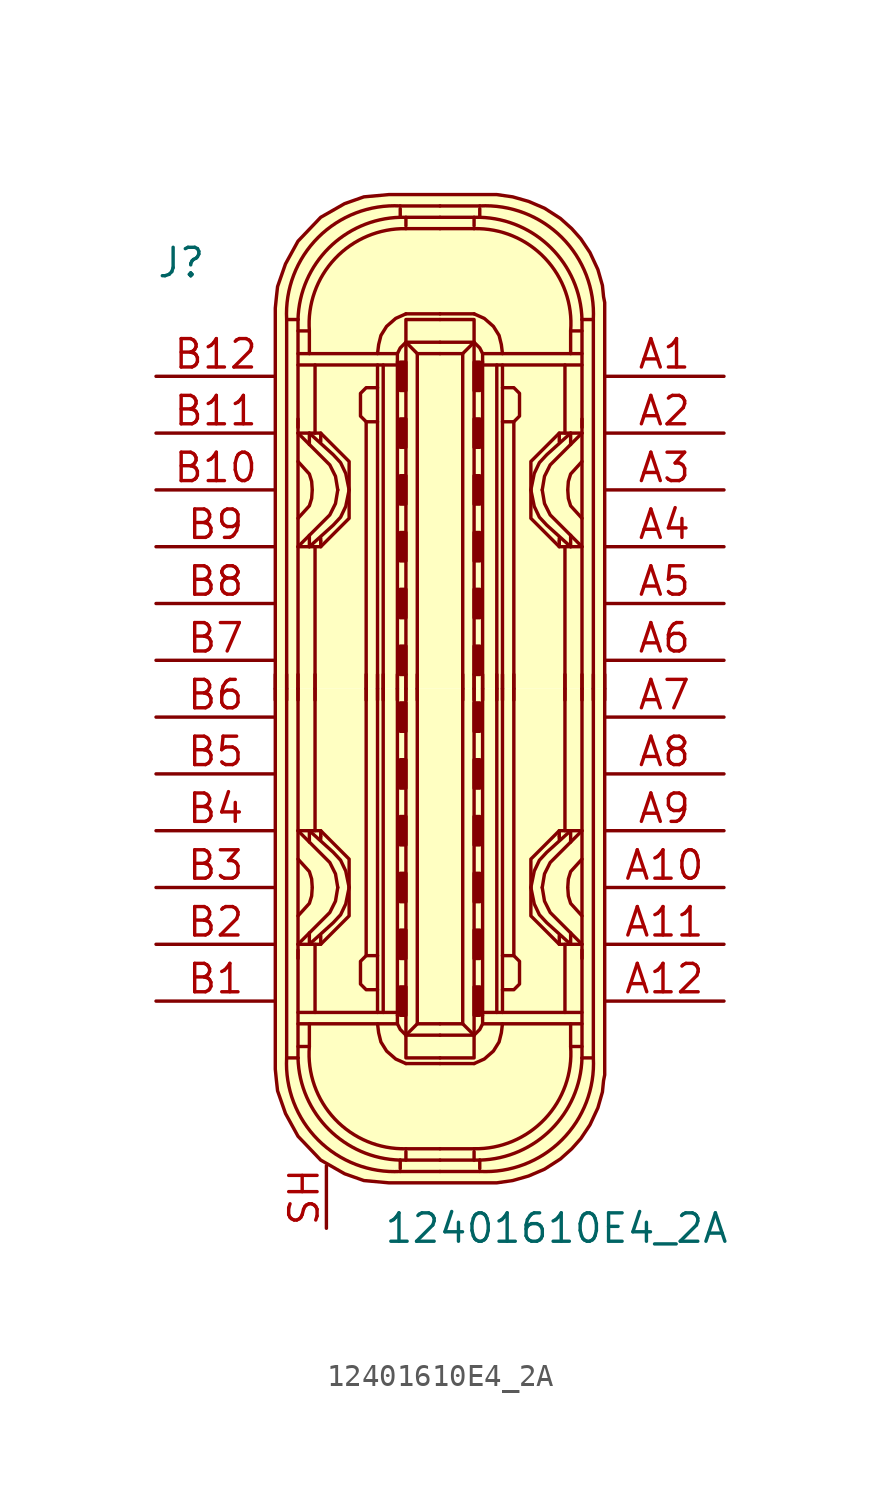
<source format=kicad_sym>
(kicad_symbol_lib
  (version 20211014)
  (generator kicad_symbol_editor)
  (symbol "12401610E4_2A"
    (pin_names
      (offset 1.016))
    (property "Reference" "J"
      (at -12.7 19.05 0)
      (effects (font (size 1.27 1.27)) (justify left)))
    (property "Value" "12401610E4_2A"
      (at -2.54 -24.13 0)
      (effects (font (size 1.27 1.27)) (justify left)))
    (symbol "12401610E4_2A_1_1"
      (arc (start -6.858 -16.51) (mid -5.4492 -20.1812) (end -1.778 -21.59) (stroke (width 0) (type default) (color 0 0 0 0)) (fill (type none)))
      (arc (start -6.35 -16.51) (mid -4.9749 -19.7069) (end -1.778 -21.082) (stroke (width 0) (type default) (color 0 0 0 0)) (fill (type none)))
      (arc (start -5.842 -16.002) (mid -4.6972 -19.2495) (end -1.524 -20.574) (stroke (width 0) (type default) (color 0 0 0 0)) (fill (type none)))
      (rectangle (start -1.778 -14.605) (end -1.524 -13.335) (stroke (width 0) (type default) (color 0 0 0 0)) (fill (type outline)))
      (rectangle (start -1.778 -12.065) (end -1.524 -10.795) (stroke (width 0) (type default) (color 0 0 0 0)) (fill (type outline)))
      (rectangle (start -1.778 -9.525) (end -1.524 -8.255) (stroke (width 0) (type default) (color 0 0 0 0)) (fill (type outline)))
      (rectangle (start -1.778 -6.985) (end -1.524 -5.715) (stroke (width 0) (type default) (color 0 0 0 0)) (fill (type outline)))
      (rectangle (start -1.778 -4.445) (end -1.524 -3.175) (stroke (width 0) (type default) (color 0 0 0 0)) (fill (type outline)))
      (rectangle (start -1.778 -1.905) (end -1.524 -0.635) (stroke (width 0) (type default) (color 0 0 0 0)) (fill (type outline)))
      (rectangle (start -1.778 1.905) (end -1.524 0.635) (stroke (width 0) (type default) (color 0 0 0 0)) (fill (type outline)))
      (rectangle (start -1.778 4.445) (end -1.524 3.175) (stroke (width 0) (type default) (color 0 0 0 0)) (fill (type outline)))
      (rectangle (start -1.778 6.985) (end -1.524 5.715) (stroke (width 0) (type default) (color 0 0 0 0)) (fill (type outline)))
      (rectangle (start -1.778 9.525) (end -1.524 8.255) (stroke (width 0) (type default) (color 0 0 0 0)) (fill (type outline)))
      (rectangle (start -1.778 12.065) (end -1.524 10.795) (stroke (width 0) (type default) (color 0 0 0 0)) (fill (type outline)))
      (rectangle (start -1.778 14.605) (end -1.524 13.335) (stroke (width 0) (type default) (color 0 0 0 0)) (fill (type outline)))
      (arc (start -1.778 21.082) (mid -4.9749 19.7069) (end -6.35 16.51) (stroke (width 0) (type default) (color 0 0 0 0)) (fill (type none)))
      (arc (start -1.778 21.59) (mid -5.4492 20.1812) (end -6.858 16.51) (stroke (width 0) (type default) (color 0 0 0 0)) (fill (type none)))
      (arc (start -1.524 20.574) (mid -4.6883 19.2412) (end -5.842 16.002) (stroke (width 0) (type default) (color 0 0 0 0)) (fill (type none)))
      (polyline (pts (xy -7.366 -0.508) (xy -7.366 0.635)) (stroke (width 0) (type default) (color 0 0 0 0)) (fill (type none)))
      (polyline (pts (xy -6.858 -0.508) (xy -6.858 0.635)) (stroke (width 0) (type default) (color 0 0 0 0)) (fill (type none)))
      (polyline (pts (xy -6.35 -14.986) (xy -1.905 -14.986)) (stroke (width 0) (type default) (color 0 0 0 0)) (fill (type none)))
      (polyline (pts (xy -6.35 -12.065) (xy -6.35 0)) (stroke (width 0) (type default) (color 0 0 0 0)) (fill (type none)))
      (polyline (pts (xy -6.35 -0.508) (xy -6.35 0.635)) (stroke (width 0) (type default) (color 0 0 0 0)) (fill (type none)))
      (polyline (pts (xy -6.35 12.065) (xy -6.35 0)) (stroke (width 0) (type default) (color 0 0 0 0)) (fill (type none)))
      (polyline (pts (xy -6.35 14.986) (xy -1.905 14.986)) (stroke (width 0) (type default) (color 0 0 0 0)) (fill (type none)))
      (polyline (pts (xy -5.842 -11.43) (xy -5.842 -10.922)) (stroke (width 0) (type default) (color 0 0 0 0)) (fill (type none)))
      (polyline (pts (xy -5.842 -6.35) (xy -5.842 -6.858)) (stroke (width 0) (type default) (color 0 0 0 0)) (fill (type none)))
      (polyline (pts (xy -5.842 6.35) (xy -5.842 6.858)) (stroke (width 0) (type default) (color 0 0 0 0)) (fill (type none)))
      (polyline (pts (xy -5.842 11.43) (xy -5.842 10.922)) (stroke (width 0) (type default) (color 0 0 0 0)) (fill (type none)))
      (polyline (pts (xy -5.588 -14.478) (xy -5.588 -11.43)) (stroke (width 0) (type default) (color 0 0 0 0)) (fill (type none)))
      (polyline (pts (xy -5.588 -6.35) (xy -5.588 0)) (stroke (width 0) (type default) (color 0 0 0 0)) (fill (type none)))
      (polyline (pts (xy -5.588 -0.508) (xy -5.588 0.635)) (stroke (width 0) (type default) (color 0 0 0 0)) (fill (type none)))
      (polyline (pts (xy -5.588 6.35) (xy -5.588 0)) (stroke (width 0) (type default) (color 0 0 0 0)) (fill (type none)))
      (polyline (pts (xy -5.588 14.478) (xy -5.588 11.43)) (stroke (width 0) (type default) (color 0 0 0 0)) (fill (type none)))
      (polyline (pts (xy -5.334 -11.43) (xy -5.334 -11.049)) (stroke (width 0) (type default) (color 0 0 0 0)) (fill (type none)))
      (polyline (pts (xy -5.334 -6.604) (xy -5.334 -6.731)) (stroke (width 0) (type default) (color 0 0 0 0)) (fill (type none)))
      (polyline (pts (xy -5.334 -6.35) (xy -5.334 -6.604)) (stroke (width 0) (type default) (color 0 0 0 0)) (fill (type none)))
      (polyline (pts (xy -5.334 6.35) (xy -5.334 6.604)) (stroke (width 0) (type default) (color 0 0 0 0)) (fill (type none)))
      (polyline (pts (xy -5.334 6.604) (xy -5.334 6.731)) (stroke (width 0) (type default) (color 0 0 0 0)) (fill (type none)))
      (polyline (pts (xy -5.334 11.43) (xy -5.334 11.049)) (stroke (width 0) (type default) (color 0 0 0 0)) (fill (type none)))
      (polyline (pts (xy -3.302 -0.508) (xy -3.302 0.635)) (stroke (width 0) (type default) (color 0 0 0 0)) (fill (type none)))
      (polyline (pts (xy -3.302 0) (xy -3.302 -11.938)) (stroke (width 0) (type default) (color 0 0 0 0)) (fill (type none)))
      (polyline (pts (xy -3.302 0) (xy -3.302 11.938)) (stroke (width 0) (type default) (color 0 0 0 0)) (fill (type none)))
      (polyline (pts (xy -2.794 -0.508) (xy -2.794 0.635)) (stroke (width 0) (type default) (color 0 0 0 0)) (fill (type none)))
      (polyline (pts (xy -2.794 0) (xy -2.794 -14.478)) (stroke (width 0) (type default) (color 0 0 0 0)) (fill (type none)))
      (polyline (pts (xy -2.794 0) (xy -2.794 14.478)) (stroke (width 0) (type default) (color 0 0 0 0)) (fill (type none)))
      (polyline (pts (xy -2.54 -14.478) (xy -2.54 0)) (stroke (width 0) (type default) (color 0 0 0 0)) (fill (type none)))
      (polyline (pts (xy -2.54 -0.508) (xy -2.54 0.635)) (stroke (width 0) (type default) (color 0 0 0 0)) (fill (type none)))
      (polyline (pts (xy -2.54 14.478) (xy -2.54 0)) (stroke (width 0) (type default) (color 0 0 0 0)) (fill (type none)))
      (polyline (pts (xy -1.905 -14.478) (xy -6.35 -14.478)) (stroke (width 0) (type default) (color 0 0 0 0)) (fill (type none)))
      (polyline (pts (xy -1.905 -0.508) (xy -1.905 0.635)) (stroke (width 0) (type default) (color 0 0 0 0)) (fill (type none)))
      (polyline (pts (xy -1.905 0) (xy -1.905 -14.605)) (stroke (width 0) (type default) (color 0 0 0 0)) (fill (type none)))
      (polyline (pts (xy -1.905 0) (xy -1.905 14.605)) (stroke (width 0) (type default) (color 0 0 0 0)) (fill (type none)))
      (polyline (pts (xy -1.905 14.478) (xy -6.35 14.478)) (stroke (width 0) (type default) (color 0 0 0 0)) (fill (type none)))
      (polyline (pts (xy -1.778 -21.59) (xy 0 -21.59)) (stroke (width 0) (type default) (color 0 0 0 0)) (fill (type background)))
      (polyline (pts (xy -1.778 -21.082) (xy -1.778 -21.463)) (stroke (width 0) (type default) (color 0 0 0 0)) (fill (type none)))
      (polyline (pts (xy -1.778 -21.082) (xy 0 -21.082)) (stroke (width 0) (type default) (color 0 0 0 0)) (fill (type none)))
      (polyline (pts (xy -1.778 21.082) (xy -1.778 21.463)) (stroke (width 0) (type default) (color 0 0 0 0)) (fill (type none)))
      (polyline (pts (xy -1.778 21.082) (xy 0 21.082)) (stroke (width 0) (type default) (color 0 0 0 0)) (fill (type none)))
      (polyline (pts (xy -1.778 21.59) (xy 0 21.59)) (stroke (width 0) (type default) (color 0 0 0 0)) (fill (type background)))
      (polyline (pts (xy -1.524 -20.701) (xy -1.524 -21.082)) (stroke (width 0) (type default) (color 0 0 0 0)) (fill (type none)))
      (polyline (pts (xy -1.524 -20.574) (xy 0 -20.574)) (stroke (width 0) (type default) (color 0 0 0 0)) (fill (type none)))
      (polyline (pts (xy -1.524 -0.508) (xy -1.524 0.635)) (stroke (width 0) (type default) (color 0 0 0 0)) (fill (type none)))
      (polyline (pts (xy -1.524 20.574) (xy 0 20.574)) (stroke (width 0) (type default) (color 0 0 0 0)) (fill (type none)))
      (polyline (pts (xy -1.524 20.701) (xy -1.524 21.082)) (stroke (width 0) (type default) (color 0 0 0 0)) (fill (type none)))
      (polyline (pts (xy -1.016 -14.986) (xy -1.524 -15.494)) (stroke (width 0) (type default) (color 0 0 0 0)) (fill (type none)))
      (polyline (pts (xy -1.016 -0.508) (xy -1.016 0.635)) (stroke (width 0) (type default) (color 0 0 0 0)) (fill (type none)))
      (polyline (pts (xy -1.016 14.986) (xy -1.524 15.494)) (stroke (width 0) (type default) (color 0 0 0 0)) (fill (type none)))
      (polyline (pts (xy 0 -16.764) (xy -1.524 -16.764)) (stroke (width 0) (type default) (color 0 0 0 0)) (fill (type none)))
      (polyline (pts (xy 0 -16.764) (xy 1.524 -16.764)) (stroke (width 0) (type default) (color 0 0 0 0)) (fill (type none)))
      (polyline (pts (xy 0 16.764) (xy -1.524 16.764)) (stroke (width 0) (type default) (color 0 0 0 0)) (fill (type none)))
      (polyline (pts (xy 0 16.764) (xy 1.524 16.764)) (stroke (width 0) (type default) (color 0 0 0 0)) (fill (type none)))
      (polyline (pts (xy 1.016 -14.986) (xy 1.524 -15.494)) (stroke (width 0) (type default) (color 0 0 0 0)) (fill (type none)))
      (polyline (pts (xy 1.016 -0.508) (xy 1.016 0.635)) (stroke (width 0) (type default) (color 0 0 0 0)) (fill (type none)))
      (polyline (pts (xy 1.016 14.986) (xy 1.524 15.494)) (stroke (width 0) (type default) (color 0 0 0 0)) (fill (type none)))
      (polyline (pts (xy 1.524 -20.701) (xy 1.524 -21.082)) (stroke (width 0) (type default) (color 0 0 0 0)) (fill (type none)))
      (polyline (pts (xy 1.524 -20.574) (xy 0 -20.574)) (stroke (width 0) (type default) (color 0 0 0 0)) (fill (type none)))
      (polyline (pts (xy 1.524 -0.508) (xy 1.524 0.635)) (stroke (width 0) (type default) (color 0 0 0 0)) (fill (type none)))
      (polyline (pts (xy 1.524 20.574) (xy 0 20.574)) (stroke (width 0) (type default) (color 0 0 0 0)) (fill (type none)))
      (polyline (pts (xy 1.524 20.701) (xy 1.524 21.082)) (stroke (width 0) (type default) (color 0 0 0 0)) (fill (type none)))
      (polyline (pts (xy 1.778 -21.59) (xy 0 -21.59)) (stroke (width 0) (type default) (color 0 0 0 0)) (fill (type background)))
      (polyline (pts (xy 1.778 -21.082) (xy 0 -21.082)) (stroke (width 0) (type default) (color 0 0 0 0)) (fill (type none)))
      (polyline (pts (xy 1.778 -21.082) (xy 1.778 -21.463)) (stroke (width 0) (type default) (color 0 0 0 0)) (fill (type none)))
      (polyline (pts (xy 1.778 21.082) (xy 0 21.082)) (stroke (width 0) (type default) (color 0 0 0 0)) (fill (type none)))
      (polyline (pts (xy 1.778 21.082) (xy 1.778 21.463)) (stroke (width 0) (type default) (color 0 0 0 0)) (fill (type none)))
      (polyline (pts (xy 1.778 21.59) (xy 0 21.59)) (stroke (width 0) (type default) (color 0 0 0 0)) (fill (type background)))
      (polyline (pts (xy 1.905 -14.478) (xy 6.35 -14.478)) (stroke (width 0) (type default) (color 0 0 0 0)) (fill (type none)))
      (polyline (pts (xy 1.905 -0.508) (xy 1.905 0.635)) (stroke (width 0) (type default) (color 0 0 0 0)) (fill (type none)))
      (polyline (pts (xy 1.905 0) (xy 1.905 -14.605)) (stroke (width 0) (type default) (color 0 0 0 0)) (fill (type none)))
      (polyline (pts (xy 1.905 0) (xy 1.905 14.605)) (stroke (width 0) (type default) (color 0 0 0 0)) (fill (type none)))
      (polyline (pts (xy 1.905 14.478) (xy 6.35 14.478)) (stroke (width 0) (type default) (color 0 0 0 0)) (fill (type none)))
      (polyline (pts (xy 2.54 -14.478) (xy 2.54 0)) (stroke (width 0) (type default) (color 0 0 0 0)) (fill (type none)))
      (polyline (pts (xy 2.54 -0.508) (xy 2.54 0.635)) (stroke (width 0) (type default) (color 0 0 0 0)) (fill (type none)))
      (polyline (pts (xy 2.54 14.478) (xy 2.54 0)) (stroke (width 0) (type default) (color 0 0 0 0)) (fill (type none)))
      (polyline (pts (xy 2.794 -0.508) (xy 2.794 0.635)) (stroke (width 0) (type default) (color 0 0 0 0)) (fill (type none)))
      (polyline (pts (xy 2.794 0) (xy 2.794 -14.478)) (stroke (width 0) (type default) (color 0 0 0 0)) (fill (type none)))
      (polyline (pts (xy 2.794 0) (xy 2.794 14.478)) (stroke (width 0) (type default) (color 0 0 0 0)) (fill (type none)))
      (polyline (pts (xy 3.302 -0.508) (xy 3.302 0.635)) (stroke (width 0) (type default) (color 0 0 0 0)) (fill (type none)))
      (polyline (pts (xy 3.302 0) (xy 3.302 -11.938)) (stroke (width 0) (type default) (color 0 0 0 0)) (fill (type none)))
      (polyline (pts (xy 3.302 0) (xy 3.302 11.938)) (stroke (width 0) (type default) (color 0 0 0 0)) (fill (type none)))
      (polyline (pts (xy 5.334 -11.43) (xy 5.334 -11.049)) (stroke (width 0) (type default) (color 0 0 0 0)) (fill (type none)))
      (polyline (pts (xy 5.334 -6.604) (xy 5.334 -6.731)) (stroke (width 0) (type default) (color 0 0 0 0)) (fill (type none)))
      (polyline (pts (xy 5.334 -6.35) (xy 5.334 -6.604)) (stroke (width 0) (type default) (color 0 0 0 0)) (fill (type none)))
      (polyline (pts (xy 5.334 6.35) (xy 5.334 6.604)) (stroke (width 0) (type default) (color 0 0 0 0)) (fill (type none)))
      (polyline (pts (xy 5.334 6.604) (xy 5.334 6.731)) (stroke (width 0) (type default) (color 0 0 0 0)) (fill (type none)))
      (polyline (pts (xy 5.334 11.43) (xy 5.334 11.049)) (stroke (width 0) (type default) (color 0 0 0 0)) (fill (type none)))
      (polyline (pts (xy 5.588 -14.478) (xy 5.588 -11.43)) (stroke (width 0) (type default) (color 0 0 0 0)) (fill (type none)))
      (polyline (pts (xy 5.588 -6.35) (xy 5.588 0)) (stroke (width 0) (type default) (color 0 0 0 0)) (fill (type none)))
      (polyline (pts (xy 5.588 -0.508) (xy 5.588 0.635)) (stroke (width 0) (type default) (color 0 0 0 0)) (fill (type none)))
      (polyline (pts (xy 5.588 6.35) (xy 5.588 0)) (stroke (width 0) (type default) (color 0 0 0 0)) (fill (type none)))
      (polyline (pts (xy 5.588 14.478) (xy 5.588 11.43)) (stroke (width 0) (type default) (color 0 0 0 0)) (fill (type none)))
      (polyline (pts (xy 5.842 -11.43) (xy 5.842 -10.922)) (stroke (width 0) (type default) (color 0 0 0 0)) (fill (type none)))
      (polyline (pts (xy 5.842 -6.35) (xy 5.842 -6.858)) (stroke (width 0) (type default) (color 0 0 0 0)) (fill (type none)))
      (polyline (pts (xy 5.842 6.35) (xy 5.842 6.858)) (stroke (width 0) (type default) (color 0 0 0 0)) (fill (type none)))
      (polyline (pts (xy 5.842 11.43) (xy 5.842 10.922)) (stroke (width 0) (type default) (color 0 0 0 0)) (fill (type none)))
      (polyline (pts (xy 6.35 -14.986) (xy 1.905 -14.986)) (stroke (width 0) (type default) (color 0 0 0 0)) (fill (type none)))
      (polyline (pts (xy 6.35 -12.065) (xy 6.35 0)) (stroke (width 0) (type default) (color 0 0 0 0)) (fill (type none)))
      (polyline (pts (xy 6.35 -0.508) (xy 6.35 0.635)) (stroke (width 0) (type default) (color 0 0 0 0)) (fill (type none)))
      (polyline (pts (xy 6.35 12.065) (xy 6.35 0)) (stroke (width 0) (type default) (color 0 0 0 0)) (fill (type none)))
      (polyline (pts (xy 6.35 14.986) (xy 1.905 14.986)) (stroke (width 0) (type default) (color 0 0 0 0)) (fill (type none)))
      (polyline (pts (xy 6.858 -0.508) (xy 6.858 0.635)) (stroke (width 0) (type default) (color 0 0 0 0)) (fill (type none)))
      (polyline (pts (xy 7.366 -0.508) (xy 7.366 0.635)) (stroke (width 0) (type default) (color 0 0 0 0)) (fill (type none)))
      (polyline (pts (xy -6.35 -16.51) (xy -6.858 -16.51) (xy -6.858 0)) (stroke (width 0) (type default) (color 0 0 0 0)) (fill (type none)))
      (polyline (pts (xy -6.35 -11.684) (xy -6.35 -15.875) (xy -6.35 -16.51)) (stroke (width 0) (type default) (color 0 0 0 0)) (fill (type none)))
      (polyline (pts (xy -6.35 11.684) (xy -6.35 15.875) (xy -6.35 16.51)) (stroke (width 0) (type default) (color 0 0 0 0)) (fill (type none)))
      (polyline (pts (xy -6.35 16.51) (xy -6.858 16.51) (xy -6.858 0)) (stroke (width 0) (type default) (color 0 0 0 0)) (fill (type none)))
      (polyline (pts (xy -5.842 -14.986) (xy -5.842 -16.002) (xy -6.35 -16.002)) (stroke (width 0) (type default) (color 0 0 0 0)) (fill (type none)))
      (polyline (pts (xy -5.842 14.986) (xy -5.842 16.002) (xy -6.35 16.002)) (stroke (width 0) (type default) (color 0 0 0 0)) (fill (type none)))
      (polyline (pts (xy -1.524 0) (xy -1.524 -15.494) (xy 0 -15.494)) (stroke (width 0) (type default) (color 0 0 0 0)) (fill (type none)))
      (polyline (pts (xy -1.524 0) (xy -1.524 15.494) (xy 0 15.494)) (stroke (width 0) (type default) (color 0 0 0 0)) (fill (type none)))
      (polyline (pts (xy -1.016 0) (xy -1.016 -14.986) (xy 0 -14.986)) (stroke (width 0) (type default) (color 0 0 0 0)) (fill (type none)))
      (polyline (pts (xy -1.016 0) (xy -1.016 14.986) (xy 0 14.986)) (stroke (width 0) (type default) (color 0 0 0 0)) (fill (type none)))
      (polyline (pts (xy 1.016 0) (xy 1.016 -14.986) (xy 0 -14.986)) (stroke (width 0) (type default) (color 0 0 0 0)) (fill (type none)))
      (polyline (pts (xy 1.016 0) (xy 1.016 14.986) (xy 0 14.986)) (stroke (width 0) (type default) (color 0 0 0 0)) (fill (type none)))
      (polyline (pts (xy 1.524 0) (xy 1.524 -15.494) (xy 0 -15.494)) (stroke (width 0) (type default) (color 0 0 0 0)) (fill (type none)))
      (polyline (pts (xy 1.524 0) (xy 1.524 15.494) (xy 0 15.494)) (stroke (width 0) (type default) (color 0 0 0 0)) (fill (type none)))
      (polyline (pts (xy 5.842 -14.986) (xy 5.842 -16.002) (xy 6.35 -16.002)) (stroke (width 0) (type default) (color 0 0 0 0)) (fill (type none)))
      (polyline (pts (xy 5.842 14.986) (xy 5.842 16.002) (xy 6.35 16.002)) (stroke (width 0) (type default) (color 0 0 0 0)) (fill (type none)))
      (polyline (pts (xy 6.35 -16.51) (xy 6.858 -16.51) (xy 6.858 0)) (stroke (width 0) (type default) (color 0 0 0 0)) (fill (type none)))
      (polyline (pts (xy 6.35 -11.684) (xy 6.35 -15.875) (xy 6.35 -16.51)) (stroke (width 0) (type default) (color 0 0 0 0)) (fill (type none)))
      (polyline (pts (xy 6.35 11.684) (xy 6.35 15.875) (xy 6.35 16.51)) (stroke (width 0) (type default) (color 0 0 0 0)) (fill (type none)))
      (polyline (pts (xy 6.35 16.51) (xy 6.858 16.51) (xy 6.858 0)) (stroke (width 0) (type default) (color 0 0 0 0)) (fill (type none)))
      (polyline (pts (xy -6.35 -11.43) (xy -4.928 -10.008) (xy -4.674 -9.5) (xy -4.572 -8.89)) (stroke (width 0) (type default) (color 0 0 0 0)) (fill (type none)))
      (polyline (pts (xy -6.35 -10.16) (xy -5.842 -9.601) (xy -5.74 -9.271) (xy -5.715 -8.915)) (stroke (width 0) (type default) (color 0 0 0 0)) (fill (type none)))
      (polyline (pts (xy -6.35 -7.62) (xy -5.842 -8.179) (xy -5.74 -8.509) (xy -5.715 -8.865)) (stroke (width 0) (type default) (color 0 0 0 0)) (fill (type none)))
      (polyline (pts (xy -6.35 -6.35) (xy -4.928 -7.772) (xy -4.674 -8.28) (xy -4.572 -8.89)) (stroke (width 0) (type default) (color 0 0 0 0)) (fill (type none)))
      (polyline (pts (xy -6.35 6.35) (xy -4.928 7.772) (xy -4.674 8.28) (xy -4.572 8.89)) (stroke (width 0) (type default) (color 0 0 0 0)) (fill (type none)))
      (polyline (pts (xy -6.35 7.62) (xy -5.842 8.179) (xy -5.74 8.509) (xy -5.715 8.865)) (stroke (width 0) (type default) (color 0 0 0 0)) (fill (type none)))
      (polyline (pts (xy -6.35 10.16) (xy -5.842 9.601) (xy -5.74 9.271) (xy -5.715 8.915)) (stroke (width 0) (type default) (color 0 0 0 0)) (fill (type none)))
      (polyline (pts (xy -6.35 11.43) (xy -4.928 10.008) (xy -4.674 9.5) (xy -4.572 8.89)) (stroke (width 0) (type default) (color 0 0 0 0)) (fill (type none)))
      (polyline (pts (xy -1.905 -14.605) (xy -1.905 -14.986) (xy -1.778 -15.24) (xy -1.524 -15.494)) (stroke (width 0) (type default) (color 0 0 0 0)) (fill (type none)))
      (polyline (pts (xy -1.905 14.605) (xy -1.905 14.986) (xy -1.778 15.24) (xy -1.524 15.494)) (stroke (width 0) (type default) (color 0 0 0 0)) (fill (type none)))
      (polyline (pts (xy 0 -16.51) (xy -1.397 -16.51) (xy -1.524 -16.51) (xy -1.524 -15.494)) (stroke (width 0) (type default) (color 0 0 0 0)) (fill (type none)))
      (polyline (pts (xy 0 -16.51) (xy 1.397 -16.51) (xy 1.524 -16.51) (xy 1.524 -15.494)) (stroke (width 0) (type default) (color 0 0 0 0)) (fill (type none)))
      (polyline (pts (xy 0 16.51) (xy -1.397 16.51) (xy -1.524 16.51) (xy -1.524 15.494)) (stroke (width 0) (type default) (color 0 0 0 0)) (fill (type none)))
      (polyline (pts (xy 0 16.51) (xy 1.397 16.51) (xy 1.524 16.51) (xy 1.524 15.494)) (stroke (width 0) (type default) (color 0 0 0 0)) (fill (type none)))
      (polyline (pts (xy 1.905 -14.605) (xy 1.905 -14.986) (xy 1.778 -15.24) (xy 1.524 -15.494)) (stroke (width 0) (type default) (color 0 0 0 0)) (fill (type none)))
      (polyline (pts (xy 1.905 14.605) (xy 1.905 14.986) (xy 1.778 15.24) (xy 1.524 15.494)) (stroke (width 0) (type default) (color 0 0 0 0)) (fill (type none)))
      (polyline (pts (xy 6.35 -11.43) (xy 4.928 -10.008) (xy 4.674 -9.5) (xy 4.572 -8.89)) (stroke (width 0) (type default) (color 0 0 0 0)) (fill (type none)))
      (polyline (pts (xy 6.35 -10.16) (xy 5.842 -9.601) (xy 5.74 -9.271) (xy 5.715 -8.915)) (stroke (width 0) (type default) (color 0 0 0 0)) (fill (type none)))
      (polyline (pts (xy 6.35 -7.62) (xy 5.842 -8.179) (xy 5.74 -8.509) (xy 5.715 -8.865)) (stroke (width 0) (type default) (color 0 0 0 0)) (fill (type none)))
      (polyline (pts (xy 6.35 -6.35) (xy 4.928 -7.772) (xy 4.674 -8.28) (xy 4.572 -8.89)) (stroke (width 0) (type default) (color 0 0 0 0)) (fill (type none)))
      (polyline (pts (xy 6.35 6.35) (xy 4.928 7.772) (xy 4.674 8.28) (xy 4.572 8.89)) (stroke (width 0) (type default) (color 0 0 0 0)) (fill (type none)))
      (polyline (pts (xy 6.35 7.62) (xy 5.842 8.179) (xy 5.74 8.509) (xy 5.715 8.865)) (stroke (width 0) (type default) (color 0 0 0 0)) (fill (type none)))
      (polyline (pts (xy 6.35 10.16) (xy 5.842 9.601) (xy 5.74 9.271) (xy 5.715 8.915)) (stroke (width 0) (type default) (color 0 0 0 0)) (fill (type none)))
      (polyline (pts (xy 6.35 11.43) (xy 4.928 10.008) (xy 4.674 9.5) (xy 4.572 8.89)) (stroke (width 0) (type default) (color 0 0 0 0)) (fill (type none)))
      (polyline (pts (xy -5.842 -11.43) (xy -4.775 -10.465) (xy -4.445 -10.109) (xy -4.216 -9.627) (xy -4.064 -8.89)) (stroke (width 0) (type default) (color 0 0 0 0)) (fill (type none)))
      (polyline (pts (xy -5.842 -6.35) (xy -4.775 -7.315) (xy -4.445 -7.671) (xy -4.216 -8.153) (xy -4.064 -8.89)) (stroke (width 0) (type default) (color 0 0 0 0)) (fill (type none)))
      (polyline (pts (xy -5.842 6.35) (xy -4.775 7.315) (xy -4.445 7.671) (xy -4.216 8.153) (xy -4.064 8.89)) (stroke (width 0) (type default) (color 0 0 0 0)) (fill (type none)))
      (polyline (pts (xy -5.842 11.43) (xy -4.775 10.465) (xy -4.445 10.109) (xy -4.216 9.627) (xy -4.064 8.89)) (stroke (width 0) (type default) (color 0 0 0 0)) (fill (type none)))
      (polyline (pts (xy 5.842 -11.43) (xy 4.775 -10.465) (xy 4.445 -10.109) (xy 4.216 -9.627) (xy 4.064 -8.89)) (stroke (width 0) (type default) (color 0 0 0 0)) (fill (type none)))
      (polyline (pts (xy 5.842 -6.35) (xy 4.775 -7.315) (xy 4.445 -7.671) (xy 4.216 -8.153) (xy 4.064 -8.89)) (stroke (width 0) (type default) (color 0 0 0 0)) (fill (type none)))
      (polyline (pts (xy 5.842 6.35) (xy 4.775 7.315) (xy 4.445 7.671) (xy 4.216 8.153) (xy 4.064 8.89)) (stroke (width 0) (type default) (color 0 0 0 0)) (fill (type none)))
      (polyline (pts (xy 5.842 11.43) (xy 4.775 10.465) (xy 4.445 10.109) (xy 4.216 9.627) (xy 4.064 8.89)) (stroke (width 0) (type default) (color 0 0 0 0)) (fill (type none)))
      (polyline (pts (xy -6.35 -11.43) (xy -5.334 -11.43) (xy -4.064 -10.16) (xy -4.064 -7.62) (xy -5.334 -6.35) (xy -6.35 -6.35)) (stroke (width 0) (type default) (color 0 0 0 0)) (fill (type none)))
      (polyline (pts (xy -6.35 11.43) (xy -5.334 11.43) (xy -4.064 10.16) (xy -4.064 7.62) (xy -5.334 6.35) (xy -6.35 6.35)) (stroke (width 0) (type default) (color 0 0 0 0)) (fill (type none)))
      (polyline (pts (xy -2.794 -14.986) (xy -2.743 -15.392) (xy -2.642 -15.799) (xy -2.388 -16.205) (xy -1.981 -16.561) (xy -1.524 -16.764)) (stroke (width 0) (type default) (color 0 0 0 0)) (fill (type none)))
      (polyline (pts (xy -2.794 -13.462) (xy -3.302 -13.462) (xy -3.556 -13.208) (xy -3.556 -12.192) (xy -3.302 -11.938) (xy -2.794 -11.938)) (stroke (width 0) (type default) (color 0 0 0 0)) (fill (type none)))
      (polyline (pts (xy -2.794 13.462) (xy -3.302 13.462) (xy -3.556 13.208) (xy -3.556 12.192) (xy -3.302 11.938) (xy -2.794 11.938)) (stroke (width 0) (type default) (color 0 0 0 0)) (fill (type none)))
      (polyline (pts (xy -2.794 14.986) (xy -2.743 15.392) (xy -2.642 15.799) (xy -2.388 16.205) (xy -1.981 16.561) (xy -1.524 16.764)) (stroke (width 0) (type default) (color 0 0 0 0)) (fill (type none)))
      (polyline (pts (xy 2.794 -14.986) (xy 2.743 -15.392) (xy 2.642 -15.799) (xy 2.388 -16.205) (xy 1.981 -16.561) (xy 1.524 -16.764)) (stroke (width 0) (type default) (color 0 0 0 0)) (fill (type none)))
      (polyline (pts (xy 2.794 -13.462) (xy 3.302 -13.462) (xy 3.556 -13.208) (xy 3.556 -12.192) (xy 3.302 -11.938) (xy 2.794 -11.938)) (stroke (width 0) (type default) (color 0 0 0 0)) (fill (type none)))
      (polyline (pts (xy 2.794 13.462) (xy 3.302 13.462) (xy 3.556 13.208) (xy 3.556 12.192) (xy 3.302 11.938) (xy 2.794 11.938)) (stroke (width 0) (type default) (color 0 0 0 0)) (fill (type none)))
      (polyline (pts (xy 2.794 14.986) (xy 2.743 15.392) (xy 2.642 15.799) (xy 2.388 16.205) (xy 1.981 16.561) (xy 1.524 16.764)) (stroke (width 0) (type default) (color 0 0 0 0)) (fill (type none)))
      (polyline (pts (xy 6.35 -11.43) (xy 5.334 -11.43) (xy 4.064 -10.16) (xy 4.064 -7.62) (xy 5.334 -6.35) (xy 6.35 -6.35)) (stroke (width 0) (type default) (color 0 0 0 0)) (fill (type none)))
      (polyline (pts (xy 6.35 11.43) (xy 5.334 11.43) (xy 4.064 10.16) (xy 4.064 7.62) (xy 5.334 6.35) (xy 6.35 6.35)) (stroke (width 0) (type default) (color 0 0 0 0)) (fill (type none)))
      (polyline (pts (xy 7.366 0) (xy 7.366 -17.018) (xy 7.366 -17.272) (xy 7.315 -17.526) (xy 7.264 -18.034) (xy 7.061 -18.745) (xy 6.706 -19.507) (xy 6.299 -20.117) (xy 5.893 -20.574) (xy 5.385 -21.031) (xy 4.674 -21.488) (xy 3.962 -21.793) (xy 3.251 -21.996) (xy 2.54 -22.098) (xy -2.286 -22.098) (xy -3.404 -21.996) (xy -4.267 -21.692) (xy -5.334 -21.082) (xy -6.35 -20.015) (xy -6.909 -18.999) (xy -7.264 -17.983) (xy -7.315 -17.526) (xy -7.366 -17.018) (xy -7.366 0)) (stroke (width 0) (type default) (color 0 0 0 0)) (fill (type background)))
      (polyline (pts (xy 7.366 0) (xy 7.366 17.018) (xy 7.366 17.272) (xy 7.315 17.526) (xy 7.264 18.034) (xy 7.061 18.745) (xy 6.706 19.507) (xy 6.299 20.117) (xy 5.893 20.574) (xy 5.385 21.031) (xy 4.674 21.488) (xy 3.962 21.793) (xy 3.251 21.996) (xy 2.54 22.098) (xy -2.286 22.098) (xy -3.404 21.996) (xy -4.267 21.692) (xy -5.334 21.082) (xy -6.35 20.015) (xy -6.909 18.999) (xy -7.264 17.983) (xy -7.315 17.526) (xy -7.366 17.018) (xy -7.366 0)) (stroke (width 0) (type default) (color 0 0 0 0)) (fill (type background)))
      (arc (start 1.524 -20.574) (mid 4.6883 -19.2412) (end 5.842 -16.002) (stroke (width 0) (type default) (color 0 0 0 0)) (fill (type none)))
      (arc (start 1.778 -21.59) (mid 5.4492 -20.1812) (end 6.858 -16.51) (stroke (width 0) (type default) (color 0 0 0 0)) (fill (type none)))
      (arc (start 1.778 -21.082) (mid 4.9749 -19.7069) (end 6.35 -16.51) (stroke (width 0) (type default) (color 0 0 0 0)) (fill (type none)))
      (rectangle (start 1.778 -14.605) (end 1.524 -13.335) (stroke (width 0) (type default) (color 0 0 0 0)) (fill (type outline)))
      (rectangle (start 1.778 -12.065) (end 1.524 -10.795) (stroke (width 0) (type default) (color 0 0 0 0)) (fill (type outline)))
      (rectangle (start 1.778 -9.525) (end 1.524 -8.255) (stroke (width 0) (type default) (color 0 0 0 0)) (fill (type outline)))
      (rectangle (start 1.778 -6.985) (end 1.524 -5.715) (stroke (width 0) (type default) (color 0 0 0 0)) (fill (type outline)))
      (rectangle (start 1.778 -4.445) (end 1.524 -3.175) (stroke (width 0) (type default) (color 0 0 0 0)) (fill (type outline)))
      (rectangle (start 1.778 -1.905) (end 1.524 -0.635) (stroke (width 0) (type default) (color 0 0 0 0)) (fill (type outline)))
      (rectangle (start 1.778 1.905) (end 1.524 0.635) (stroke (width 0) (type default) (color 0 0 0 0)) (fill (type outline)))
      (rectangle (start 1.778 4.445) (end 1.524 3.175) (stroke (width 0) (type default) (color 0 0 0 0)) (fill (type outline)))
      (rectangle (start 1.778 6.985) (end 1.524 5.715) (stroke (width 0) (type default) (color 0 0 0 0)) (fill (type outline)))
      (rectangle (start 1.778 9.525) (end 1.524 8.255) (stroke (width 0) (type default) (color 0 0 0 0)) (fill (type outline)))
      (rectangle (start 1.778 12.065) (end 1.524 10.795) (stroke (width 0) (type default) (color 0 0 0 0)) (fill (type outline)))
      (rectangle (start 1.778 14.605) (end 1.524 13.335) (stroke (width 0) (type default) (color 0 0 0 0)) (fill (type outline)))
      (arc (start 5.842 16.002) (mid 4.6972 19.2495) (end 1.524 20.574) (stroke (width 0) (type default) (color 0 0 0 0)) (fill (type none)))
      (arc (start 6.35 16.51) (mid 4.9749 19.7069) (end 1.778 21.082) (stroke (width 0) (type default) (color 0 0 0 0)) (fill (type none)))
      (arc (start 6.858 16.51) (mid 5.4492 20.1812) (end 1.778 21.59) (stroke (width 0) (type default) (color 0 0 0 0)) (fill (type none)))
      (pin passive line (at 12.7 13.97 180) (length 5.334) (name "~" (effects (font (size 1.27 1.27)))) (number "A1" (effects (font (size 1.27 1.27)))))
      (pin passive line (at 12.7 -8.89 180) (length 5.334) (name "~" (effects (font (size 1.27 1.27)))) (number "A10" (effects (font (size 1.27 1.27)))))
      (pin passive line (at 12.7 -11.43 180) (length 5.334) (name "~" (effects (font (size 1.27 1.27)))) (number "A11" (effects (font (size 1.27 1.27)))))
      (pin passive line (at 12.7 -13.97 180) (length 5.334) (name "~" (effects (font (size 1.27 1.27)))) (number "A12" (effects (font (size 1.27 1.27)))))
      (pin passive line (at 12.7 11.43 180) (length 5.334) (name "~" (effects (font (size 1.27 1.27)))) (number "A2" (effects (font (size 1.27 1.27)))))
      (pin passive line (at 12.7 8.89 180) (length 5.334) (name "~" (effects (font (size 1.27 1.27)))) (number "A3" (effects (font (size 1.27 1.27)))))
      (pin passive line (at 12.7 6.35 180) (length 5.334) (name "~" (effects (font (size 1.27 1.27)))) (number "A4" (effects (font (size 1.27 1.27)))))
      (pin passive line (at 12.7 3.81 180) (length 5.334) (name "~" (effects (font (size 1.27 1.27)))) (number "A5" (effects (font (size 1.27 1.27)))))
      (pin passive line (at 12.7 1.27 180) (length 5.334) (name "~" (effects (font (size 1.27 1.27)))) (number "A6" (effects (font (size 1.27 1.27)))))
      (pin passive line (at 12.7 -1.27 180) (length 5.334) (name "~" (effects (font (size 1.27 1.27)))) (number "A7" (effects (font (size 1.27 1.27)))))
      (pin passive line (at 12.7 -3.81 180) (length 5.334) (name "~" (effects (font (size 1.27 1.27)))) (number "A8" (effects (font (size 1.27 1.27)))))
      (pin passive line (at 12.7 -6.35 180) (length 5.334) (name "~" (effects (font (size 1.27 1.27)))) (number "A9" (effects (font (size 1.27 1.27)))))
      (pin passive line (at -12.7 -13.97 0) (length 5.334) (name "~" (effects (font (size 1.27 1.27)))) (number "B1" (effects (font (size 1.27 1.27)))))
      (pin passive line (at -12.7 8.89 0) (length 5.334) (name "~" (effects (font (size 1.27 1.27)))) (number "B10" (effects (font (size 1.27 1.27)))))
      (pin passive line (at -12.7 11.43 0) (length 5.334) (name "~" (effects (font (size 1.27 1.27)))) (number "B11" (effects (font (size 1.27 1.27)))))
      (pin passive line (at -12.7 13.97 0) (length 5.334) (name "~" (effects (font (size 1.27 1.27)))) (number "B12" (effects (font (size 1.27 1.27)))))
      (pin passive line (at -12.7 -11.43 0) (length 5.334) (name "~" (effects (font (size 1.27 1.27)))) (number "B2" (effects (font (size 1.27 1.27)))))
      (pin passive line (at -12.7 -8.89 0) (length 5.334) (name "~" (effects (font (size 1.27 1.27)))) (number "B3" (effects (font (size 1.27 1.27)))))
      (pin passive line (at -12.7 -6.35 0) (length 5.334) (name "~" (effects (font (size 1.27 1.27)))) (number "B4" (effects (font (size 1.27 1.27)))))
      (pin passive line (at -12.7 -3.81 0) (length 5.334) (name "~" (effects (font (size 1.27 1.27)))) (number "B5" (effects (font (size 1.27 1.27)))))
      (pin passive line (at -12.7 -1.27 0) (length 5.334) (name "~" (effects (font (size 1.27 1.27)))) (number "B6" (effects (font (size 1.27 1.27)))))
      (pin passive line (at -12.7 1.27 0) (length 5.334) (name "~" (effects (font (size 1.27 1.27)))) (number "B7" (effects (font (size 1.27 1.27)))))
      (pin passive line (at -12.7 3.81 0) (length 5.334) (name "~" (effects (font (size 1.27 1.27)))) (number "B8" (effects (font (size 1.27 1.27)))))
      (pin passive line (at -12.7 6.35 0) (length 5.334) (name "~" (effects (font (size 1.27 1.27)))) (number "B9" (effects (font (size 1.27 1.27)))))
      (pin input line (at -5.08 -24.13 90) (length 2.794) (name "~" (effects (font (size 1.27 1.27)))) (number "SH" (effects (font (size 1.27 1.27))))))))
</source>
